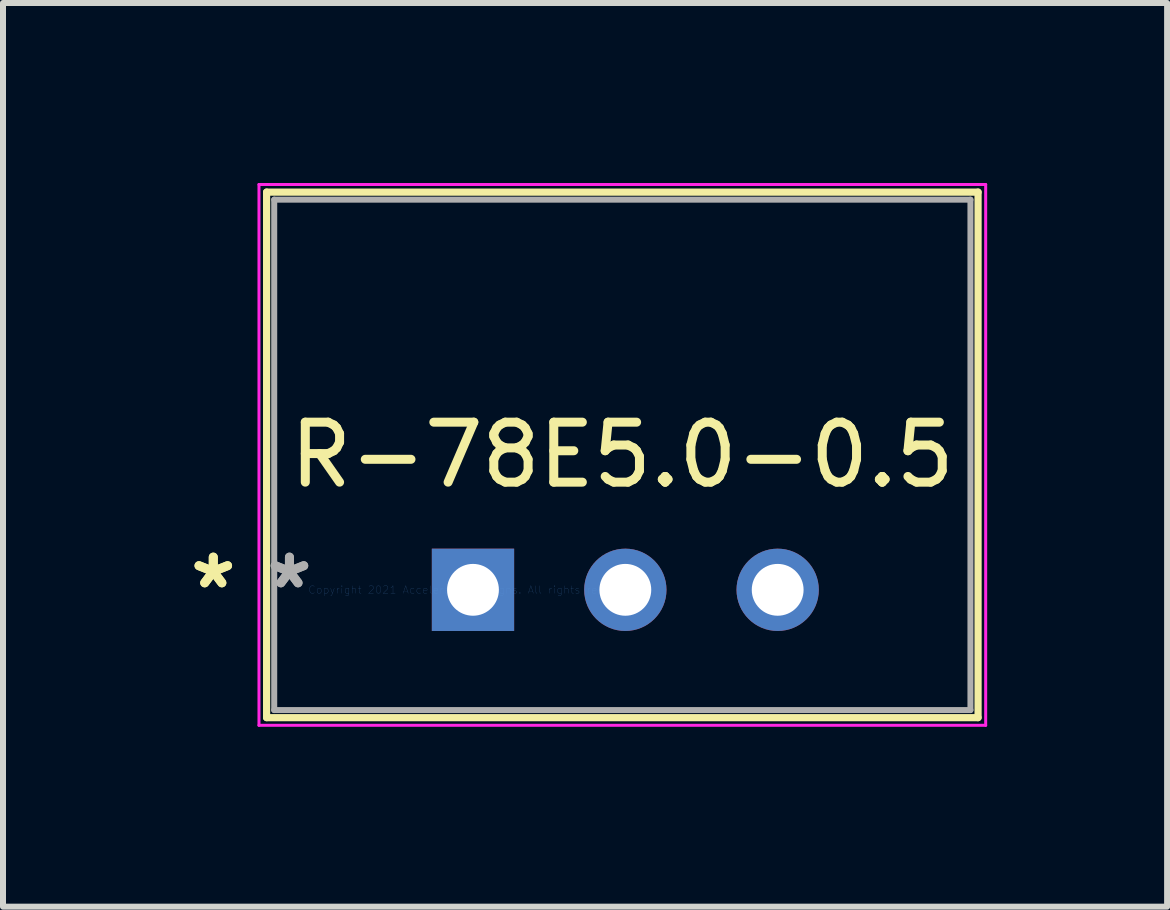
<source format=kicad_pcb>
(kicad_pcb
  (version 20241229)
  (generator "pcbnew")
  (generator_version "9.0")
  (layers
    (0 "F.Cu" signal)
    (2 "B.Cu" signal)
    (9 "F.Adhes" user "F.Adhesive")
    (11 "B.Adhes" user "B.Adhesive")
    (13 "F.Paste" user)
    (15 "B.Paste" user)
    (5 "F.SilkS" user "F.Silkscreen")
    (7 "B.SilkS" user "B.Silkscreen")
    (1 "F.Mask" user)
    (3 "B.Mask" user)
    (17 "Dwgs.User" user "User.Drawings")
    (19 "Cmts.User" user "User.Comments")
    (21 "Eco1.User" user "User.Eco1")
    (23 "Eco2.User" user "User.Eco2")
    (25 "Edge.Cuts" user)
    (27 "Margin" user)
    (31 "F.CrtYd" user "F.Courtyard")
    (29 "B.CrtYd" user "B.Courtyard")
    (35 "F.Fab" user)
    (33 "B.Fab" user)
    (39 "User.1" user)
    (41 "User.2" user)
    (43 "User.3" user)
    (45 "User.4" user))
  (footprint "R-78E5.0-0.5"
    (layer "F.Cu")
    (at 4.836 6.784)
    (property "Reference" "R-78E5.0-0.5" (at 2.49 -2.25 0) (layer "F.SilkS") (effects (font (size 1 1) (thickness 0.15))))
    (attr through_hole)
    (fp_line (start -3.441 -6.631) (end -3.441 2.131) (stroke (width 0.12) (type solid)) (layer "F.SilkS"))
    (fp_line (start -3.441 2.131) (end 8.421 2.131) (stroke (width 0.12) (type solid)) (layer "F.SilkS"))
    (fp_line (start 8.421 -6.631) (end -3.441 -6.631) (stroke (width 0.12) (type solid)) (layer "F.SilkS"))
    (fp_line (start 8.421 2.131) (end 8.421 -6.631) (stroke (width 0.12) (type solid)) (layer "F.SilkS"))
    (fp_line (start -3.568 -6.758) (end 8.548 -6.758) (stroke (width 0.05) (type solid)) (layer "F.CrtYd"))
    (fp_line (start -3.568 2.259) (end -3.568 -6.758) (stroke (width 0.05) (type solid)) (layer "F.CrtYd"))
    (fp_line (start 8.548 -6.758) (end 8.548 2.259) (stroke (width 0.05) (type solid)) (layer "F.CrtYd"))
    (fp_line (start 8.548 2.259) (end -3.568 2.259) (stroke (width 0.05) (type solid)) (layer "F.CrtYd"))
    (fp_line (start -3.314 -6.505) (end -3.314 2.005) (stroke (width 0.1) (type solid)) (layer "F.Fab"))
    (fp_line (start -3.314 2.005) (end 8.294 2.005) (stroke (width 0.1) (type solid)) (layer "F.Fab"))
    (fp_line (start 8.294 -6.505) (end -3.314 -6.505) (stroke (width 0.1) (type solid)) (layer "F.Fab"))
    (fp_line (start 8.294 2.005) (end 8.294 -6.505) (stroke (width 0.1) (type solid)) (layer "F.Fab"))
    (fp_text user "*" (at -4.33 0 0) (layer "F.SilkS") (effects (font (size 1 1) (thickness 0.15))))
    (fp_text user "*" (at -4.33 0 0) (layer "F.SilkS") (effects (font (size 1 1) (thickness 0.15))))
    (fp_text user "Copyright 2021 Accelerated Designs. All rights reserved." (at 0 0 0) (layer "Cmts.User") (effects (font (size 0.127 0.127) (thickness 0.002))))
    (fp_text user "*" (at -3.06 0 0) (layer "F.Fab") (effects (font (size 1 1) (thickness 0.15))))
    (fp_text user "*" (at -3.06 0 0) (layer "F.Fab") (effects (font (size 1 1) (thickness 0.15))))
    (pad "1" thru_hole rect (at 0 0.000001) (size 1.372 1.372) (drill 0.864) (layers "*.Cu" "*.Mask"))
    (pad "2" thru_hole circle (at 2.54 0.000001) (size 1.372 1.372) (drill 0.864) (layers "*.Cu" "*.Mask"))
    (pad "3" thru_hole circle (at 5.08 0.000001) (size 1.372 1.372) (drill 0.864) (layers "*.Cu" "*.Mask")))
  (gr_rect
    (start -3 -3)
    (end 16.409 12.067)
    (stroke (width 0.1) (type default))
    (fill no)
    (layer "Edge.Cuts")))
</source>
